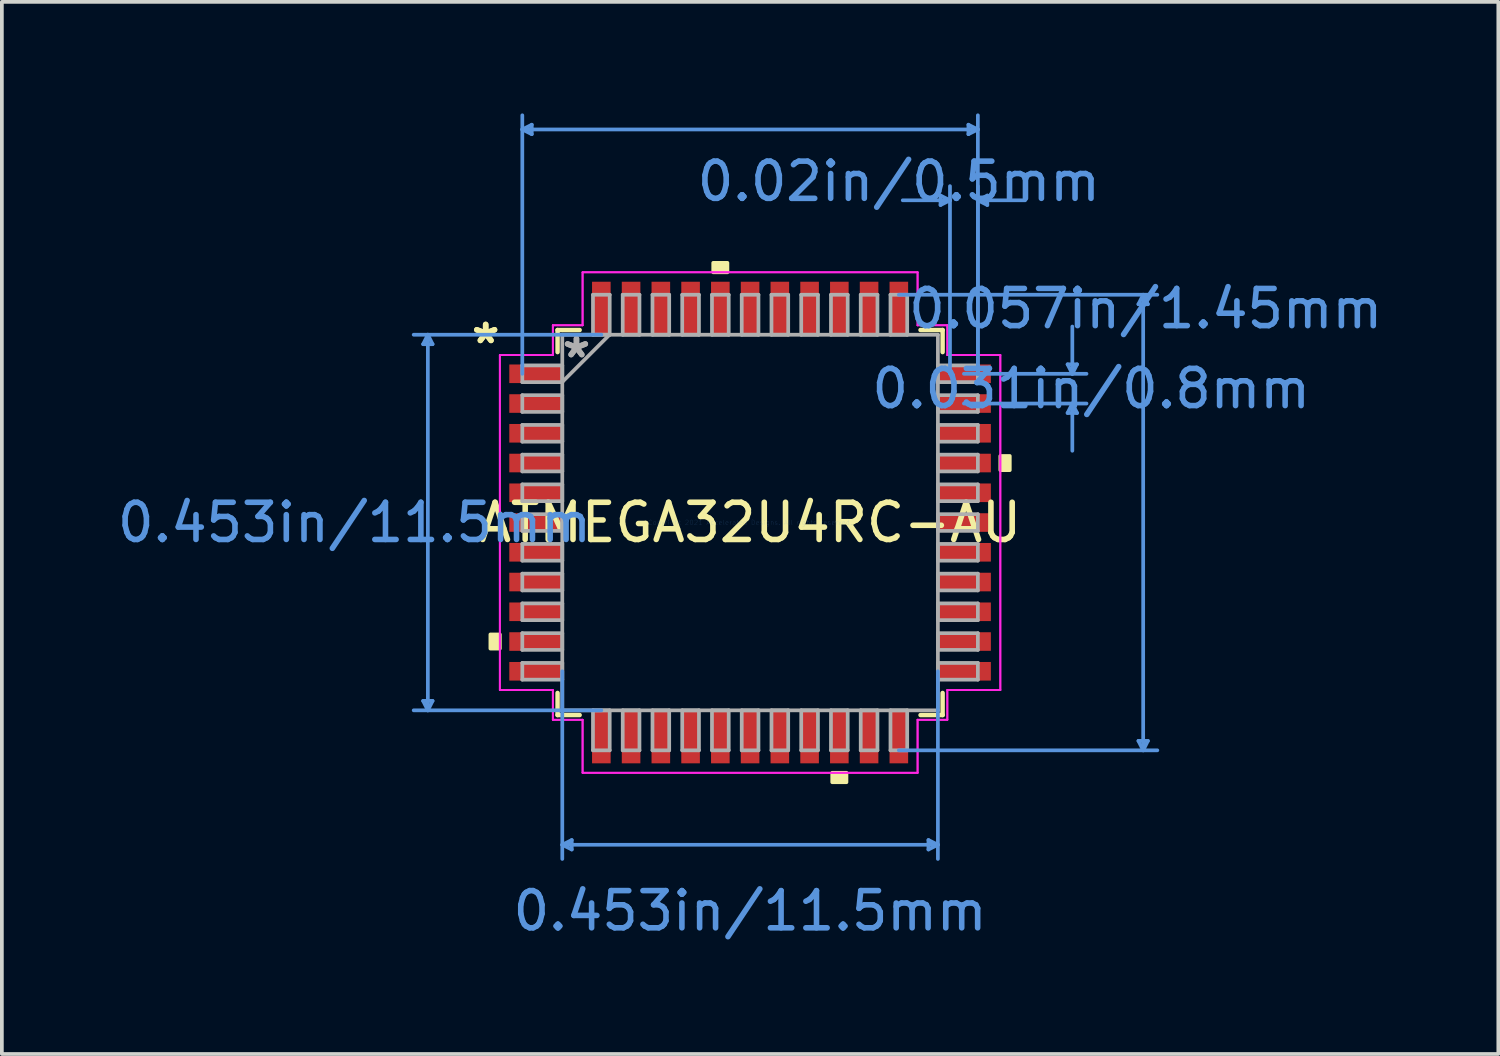
<source format=kicad_pcb>
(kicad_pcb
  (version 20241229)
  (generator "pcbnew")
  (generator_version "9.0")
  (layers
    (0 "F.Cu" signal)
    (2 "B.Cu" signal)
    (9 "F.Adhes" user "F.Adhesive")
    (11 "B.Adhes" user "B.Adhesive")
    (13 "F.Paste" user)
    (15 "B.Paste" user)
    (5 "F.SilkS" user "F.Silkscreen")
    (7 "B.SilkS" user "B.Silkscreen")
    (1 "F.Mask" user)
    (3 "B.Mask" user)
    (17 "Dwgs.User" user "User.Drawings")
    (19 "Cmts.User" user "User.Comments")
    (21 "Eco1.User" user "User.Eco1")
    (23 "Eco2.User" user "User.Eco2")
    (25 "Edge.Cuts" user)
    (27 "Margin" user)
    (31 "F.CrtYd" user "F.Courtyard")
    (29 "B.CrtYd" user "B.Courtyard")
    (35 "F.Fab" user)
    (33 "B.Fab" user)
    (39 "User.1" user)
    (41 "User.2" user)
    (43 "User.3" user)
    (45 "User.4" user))
  (footprint "ATMEGA32U4RC-AU"
    (layer "F.Cu")
    (at 17.12 11.001)
    (property "Reference" "ATMEGA32U4RC-AU" (at 0 0 0) (layer "F.SilkS") (effects (font (size 1 1) (thickness 0.15))))
    (attr through_hole)
    (fp_line (start -5.177 -5.177) (end -5.177 -4.583) (stroke (width 0.12) (type solid)) (layer "F.SilkS"))
    (fp_line (start -5.177 4.583) (end -5.177 5.177) (stroke (width 0.12) (type solid)) (layer "F.SilkS"))
    (fp_line (start -5.177 5.177) (end -4.583 5.177) (stroke (width 0.12) (type solid)) (layer "F.SilkS"))
    (fp_line (start -4.583 -5.177) (end -5.177 -5.177) (stroke (width 0.12) (type solid)) (layer "F.SilkS"))
    (fp_line (start 4.583 5.177) (end 5.177 5.177) (stroke (width 0.12) (type solid)) (layer "F.SilkS"))
    (fp_line (start 5.177 -5.177) (end 4.583 -5.177) (stroke (width 0.12) (type solid)) (layer "F.SilkS"))
    (fp_line (start 5.177 -4.583) (end 5.177 -5.177) (stroke (width 0.12) (type solid)) (layer "F.SilkS"))
    (fp_line (start 5.177 5.177) (end 5.177 4.583) (stroke (width 0.12) (type solid)) (layer "F.SilkS"))
    (fp_poly (pts (xy -6.983 3.009) (xy -6.983 3.39) (xy -6.729 3.39) (xy -6.729 3.009)) (stroke (width 0.1) (type solid)) (fill yes) (layer "F.SilkS"))
    (fp_poly (pts (xy -0.991 -6.729) (xy -0.991 -6.983) (xy -0.61 -6.983) (xy -0.61 -6.729)) (stroke (width 0.1) (type solid)) (fill yes) (layer "F.SilkS"))
    (fp_poly (pts (xy 2.209 6.729) (xy 2.209 6.983) (xy 2.591 6.983) (xy 2.591 6.729)) (stroke (width 0.1) (type solid)) (fill yes) (layer "F.SilkS"))
    (fp_poly (pts (xy 6.983 -1.79) (xy 6.983 -1.409) (xy 6.729 -1.409) (xy 6.729 -1.79)) (stroke (width 0.1) (type solid)) (fill yes) (layer "F.SilkS"))
    (fp_line (start -8.792 -4.796) (end -8.538 -4.796) (stroke (width 0.1) (type solid)) (layer "Cmts.User"))
    (fp_line (start -8.792 4.796) (end -8.538 4.796) (stroke (width 0.1) (type solid)) (layer "Cmts.User"))
    (fp_line (start -8.665 -5.05) (end -8.792 -4.796) (stroke (width 0.1) (type solid)) (layer "Cmts.User"))
    (fp_line (start -8.665 -5.05) (end -8.665 5.05) (stroke (width 0.1) (type solid)) (layer "Cmts.User"))
    (fp_line (start -8.665 -5.05) (end -8.538 -4.796) (stroke (width 0.1) (type solid)) (layer "Cmts.User"))
    (fp_line (start -8.665 5.05) (end -8.792 4.796) (stroke (width 0.1) (type solid)) (layer "Cmts.User"))
    (fp_line (start -8.665 5.05) (end -8.538 4.796) (stroke (width 0.1) (type solid)) (layer "Cmts.User"))
    (fp_line (start -6.125 -10.57) (end -5.871 -10.697) (stroke (width 0.1) (type solid)) (layer "Cmts.User"))
    (fp_line (start -6.125 -10.57) (end -5.871 -10.443) (stroke (width 0.1) (type solid)) (layer "Cmts.User"))
    (fp_line (start -6.125 -10.57) (end 6.125 -10.57) (stroke (width 0.1) (type solid)) (layer "Cmts.User"))
    (fp_line (start -6.125 -4) (end -6.125 -10.951) (stroke (width 0.1) (type solid)) (layer "Cmts.User"))
    (fp_line (start -5.871 -10.697) (end -5.871 -10.443) (stroke (width 0.1) (type solid)) (layer "Cmts.User"))
    (fp_line (start -5.05 4) (end -5.05 9.046) (stroke (width 0.1) (type solid)) (layer "Cmts.User"))
    (fp_line (start -5.05 8.665) (end -4.796 8.538) (stroke (width 0.1) (type solid)) (layer "Cmts.User"))
    (fp_line (start -5.05 8.665) (end -4.796 8.792) (stroke (width 0.1) (type solid)) (layer "Cmts.User"))
    (fp_line (start -5.05 8.665) (end 5.05 8.665) (stroke (width 0.1) (type solid)) (layer "Cmts.User"))
    (fp_line (start -4.796 8.538) (end -4.796 8.792) (stroke (width 0.1) (type solid)) (layer "Cmts.User"))
    (fp_line (start -4 -5.05) (end -9.046 -5.05) (stroke (width 0.1) (type solid)) (layer "Cmts.User"))
    (fp_line (start -4 5.05) (end -9.046 5.05) (stroke (width 0.1) (type solid)) (layer "Cmts.User"))
    (fp_line (start 4 -6.125) (end 10.951 -6.125) (stroke (width 0.1) (type solid)) (layer "Cmts.User"))
    (fp_line (start 4 6.125) (end 10.951 6.125) (stroke (width 0.1) (type solid)) (layer "Cmts.User"))
    (fp_line (start 4.796 8.538) (end 4.796 8.792) (stroke (width 0.1) (type solid)) (layer "Cmts.User"))
    (fp_line (start 5.05 4) (end 5.05 9.046) (stroke (width 0.1) (type solid)) (layer "Cmts.User"))
    (fp_line (start 5.05 8.665) (end 4.796 8.538) (stroke (width 0.1) (type solid)) (layer "Cmts.User"))
    (fp_line (start 5.05 8.665) (end 4.796 8.792) (stroke (width 0.1) (type solid)) (layer "Cmts.User"))
    (fp_line (start 5.121 -8.792) (end 5.121 -8.538) (stroke (width 0.1) (type solid)) (layer "Cmts.User"))
    (fp_line (start 5.375 -8.665) (end 4.105 -8.665) (stroke (width 0.1) (type solid)) (layer "Cmts.User"))
    (fp_line (start 5.375 -8.665) (end 5.121 -8.792) (stroke (width 0.1) (type solid)) (layer "Cmts.User"))
    (fp_line (start 5.375 -8.665) (end 5.121 -8.538) (stroke (width 0.1) (type solid)) (layer "Cmts.User"))
    (fp_line (start 5.375 -4) (end 5.375 -9.046) (stroke (width 0.1) (type solid)) (layer "Cmts.User"))
    (fp_line (start 5.75 -4) (end 9.046 -4) (stroke (width 0.1) (type solid)) (layer "Cmts.User"))
    (fp_line (start 5.75 -3.2) (end 9.046 -3.2) (stroke (width 0.1) (type solid)) (layer "Cmts.User"))
    (fp_line (start 5.871 -10.697) (end 5.871 -10.443) (stroke (width 0.1) (type solid)) (layer "Cmts.User"))
    (fp_line (start 6.125 -10.57) (end 5.871 -10.697) (stroke (width 0.1) (type solid)) (layer "Cmts.User"))
    (fp_line (start 6.125 -10.57) (end 5.871 -10.443) (stroke (width 0.1) (type solid)) (layer "Cmts.User"))
    (fp_line (start 6.125 -8.665) (end 6.379 -8.792) (stroke (width 0.1) (type solid)) (layer "Cmts.User"))
    (fp_line (start 6.125 -8.665) (end 6.379 -8.538) (stroke (width 0.1) (type solid)) (layer "Cmts.User"))
    (fp_line (start 6.125 -8.665) (end 7.395 -8.665) (stroke (width 0.1) (type solid)) (layer "Cmts.User"))
    (fp_line (start 6.125 -4) (end 6.125 -10.951) (stroke (width 0.1) (type solid)) (layer "Cmts.User"))
    (fp_line (start 6.125 -4) (end 6.125 -9.046) (stroke (width 0.1) (type solid)) (layer "Cmts.User"))
    (fp_line (start 6.379 -8.792) (end 6.379 -8.538) (stroke (width 0.1) (type solid)) (layer "Cmts.User"))
    (fp_line (start 8.538 -4.254) (end 8.792 -4.254) (stroke (width 0.1) (type solid)) (layer "Cmts.User"))
    (fp_line (start 8.538 -2.946) (end 8.792 -2.946) (stroke (width 0.1) (type solid)) (layer "Cmts.User"))
    (fp_line (start 8.665 -4) (end 8.538 -4.254) (stroke (width 0.1) (type solid)) (layer "Cmts.User"))
    (fp_line (start 8.665 -4) (end 8.665 -5.27) (stroke (width 0.1) (type solid)) (layer "Cmts.User"))
    (fp_line (start 8.665 -4) (end 8.792 -4.254) (stroke (width 0.1) (type solid)) (layer "Cmts.User"))
    (fp_line (start 8.665 -3.2) (end 8.538 -2.946) (stroke (width 0.1) (type solid)) (layer "Cmts.User"))
    (fp_line (start 8.665 -3.2) (end 8.665 -1.93) (stroke (width 0.1) (type solid)) (layer "Cmts.User"))
    (fp_line (start 8.665 -3.2) (end 8.792 -2.946) (stroke (width 0.1) (type solid)) (layer "Cmts.User"))
    (fp_line (start 10.443 -5.871) (end 10.697 -5.871) (stroke (width 0.1) (type solid)) (layer "Cmts.User"))
    (fp_line (start 10.443 5.871) (end 10.697 5.871) (stroke (width 0.1) (type solid)) (layer "Cmts.User"))
    (fp_line (start 10.57 -6.125) (end 10.443 -5.871) (stroke (width 0.1) (type solid)) (layer "Cmts.User"))
    (fp_line (start 10.57 -6.125) (end 10.57 6.125) (stroke (width 0.1) (type solid)) (layer "Cmts.User"))
    (fp_line (start 10.57 -6.125) (end 10.697 -5.871) (stroke (width 0.1) (type solid)) (layer "Cmts.User"))
    (fp_line (start 10.57 6.125) (end 10.443 5.871) (stroke (width 0.1) (type solid)) (layer "Cmts.User"))
    (fp_line (start 10.57 6.125) (end 10.697 5.871) (stroke (width 0.1) (type solid)) (layer "Cmts.User"))
    (fp_line (start -6.729 -4.504) (end -5.304 -4.504) (stroke (width 0.05) (type solid)) (layer "F.CrtYd"))
    (fp_line (start -6.729 -4.504) (end -5.304 -4.504) (stroke (width 0.05) (type solid)) (layer "F.CrtYd"))
    (fp_line (start -6.729 4.504) (end -6.729 -4.504) (stroke (width 0.05) (type solid)) (layer "F.CrtYd"))
    (fp_line (start -6.729 4.504) (end -6.729 -4.504) (stroke (width 0.05) (type solid)) (layer "F.CrtYd"))
    (fp_line (start -5.304 -5.304) (end -4.504 -5.304) (stroke (width 0.05) (type solid)) (layer "F.CrtYd"))
    (fp_line (start -5.304 -5.304) (end -4.504 -5.304) (stroke (width 0.05) (type solid)) (layer "F.CrtYd"))
    (fp_line (start -5.304 -4.504) (end -5.304 -5.304) (stroke (width 0.05) (type solid)) (layer "F.CrtYd"))
    (fp_line (start -5.304 -4.504) (end -5.304 -5.304) (stroke (width 0.05) (type solid)) (layer "F.CrtYd"))
    (fp_line (start -5.304 4.504) (end -6.729 4.504) (stroke (width 0.05) (type solid)) (layer "F.CrtYd"))
    (fp_line (start -5.304 4.504) (end -6.729 4.504) (stroke (width 0.05) (type solid)) (layer "F.CrtYd"))
    (fp_line (start -5.304 5.304) (end -5.304 4.504) (stroke (width 0.05) (type solid)) (layer "F.CrtYd"))
    (fp_line (start -5.304 5.304) (end -5.304 4.504) (stroke (width 0.05) (type solid)) (layer "F.CrtYd"))
    (fp_line (start -5.304 5.304) (end -4.504 5.304) (stroke (width 0.05) (type solid)) (layer "F.CrtYd"))
    (fp_line (start -4.504 -6.729) (end 4.504 -6.729) (stroke (width 0.05) (type solid)) (layer "F.CrtYd"))
    (fp_line (start -4.504 -6.729) (end 4.504 -6.729) (stroke (width 0.05) (type solid)) (layer "F.CrtYd"))
    (fp_line (start -4.504 -5.304) (end -4.504 -6.729) (stroke (width 0.05) (type solid)) (layer "F.CrtYd"))
    (fp_line (start -4.504 -5.304) (end -4.504 -6.729) (stroke (width 0.05) (type solid)) (layer "F.CrtYd"))
    (fp_line (start -4.504 5.304) (end -5.304 5.304) (stroke (width 0.05) (type solid)) (layer "F.CrtYd"))
    (fp_line (start -4.504 5.304) (end -4.504 6.729) (stroke (width 0.05) (type solid)) (layer "F.CrtYd"))
    (fp_line (start -4.504 6.729) (end -4.504 5.304) (stroke (width 0.05) (type solid)) (layer "F.CrtYd"))
    (fp_line (start -4.504 6.729) (end 4.504 6.729) (stroke (width 0.05) (type solid)) (layer "F.CrtYd"))
    (fp_line (start 4.504 -6.729) (end 4.504 -5.304) (stroke (width 0.05) (type solid)) (layer "F.CrtYd"))
    (fp_line (start 4.504 -6.729) (end 4.504 -5.304) (stroke (width 0.05) (type solid)) (layer "F.CrtYd"))
    (fp_line (start 4.504 -5.304) (end 5.304 -5.304) (stroke (width 0.05) (type solid)) (layer "F.CrtYd"))
    (fp_line (start 4.504 -5.304) (end 5.304 -5.304) (stroke (width 0.05) (type solid)) (layer "F.CrtYd"))
    (fp_line (start 4.504 5.304) (end 4.504 6.729) (stroke (width 0.05) (type solid)) (layer "F.CrtYd"))
    (fp_line (start 4.504 5.304) (end 5.304 5.304) (stroke (width 0.05) (type solid)) (layer "F.CrtYd"))
    (fp_line (start 4.504 6.729) (end -4.504 6.729) (stroke (width 0.05) (type solid)) (layer "F.CrtYd"))
    (fp_line (start 4.504 6.729) (end 4.504 5.304) (stroke (width 0.05) (type solid)) (layer "F.CrtYd"))
    (fp_line (start 5.304 -5.304) (end 5.304 -4.504) (stroke (width 0.05) (type solid)) (layer "F.CrtYd"))
    (fp_line (start 5.304 -4.504) (end 5.304 -5.304) (stroke (width 0.05) (type solid)) (layer "F.CrtYd"))
    (fp_line (start 5.304 -4.504) (end 6.729 -4.504) (stroke (width 0.05) (type solid)) (layer "F.CrtYd"))
    (fp_line (start 5.304 4.504) (end 5.304 5.304) (stroke (width 0.05) (type solid)) (layer "F.CrtYd"))
    (fp_line (start 5.304 4.504) (end 6.729 4.504) (stroke (width 0.05) (type solid)) (layer "F.CrtYd"))
    (fp_line (start 5.304 5.304) (end 4.504 5.304) (stroke (width 0.05) (type solid)) (layer "F.CrtYd"))
    (fp_line (start 5.304 5.304) (end 5.304 4.504) (stroke (width 0.05) (type solid)) (layer "F.CrtYd"))
    (fp_line (start 6.729 -4.504) (end 5.304 -4.504) (stroke (width 0.05) (type solid)) (layer "F.CrtYd"))
    (fp_line (start 6.729 -4.504) (end 6.729 4.504) (stroke (width 0.05) (type solid)) (layer "F.CrtYd"))
    (fp_line (start 6.729 4.504) (end 5.304 4.504) (stroke (width 0.05) (type solid)) (layer "F.CrtYd"))
    (fp_line (start 6.729 4.504) (end 6.729 -4.504) (stroke (width 0.05) (type solid)) (layer "F.CrtYd"))
    (fp_line (start -6.125 -4.225) (end -6.125 -3.775) (stroke (width 0.1) (type solid)) (layer "F.Fab"))
    (fp_line (start -6.125 -3.775) (end -5.05 -3.775) (stroke (width 0.1) (type solid)) (layer "F.Fab"))
    (fp_line (start -6.125 -3.425) (end -6.125 -2.975) (stroke (width 0.1) (type solid)) (layer "F.Fab"))
    (fp_line (start -6.125 -2.975) (end -5.05 -2.975) (stroke (width 0.1) (type solid)) (layer "F.Fab"))
    (fp_line (start -6.125 -2.625) (end -6.125 -2.175) (stroke (width 0.1) (type solid)) (layer "F.Fab"))
    (fp_line (start -6.125 -2.175) (end -5.05 -2.175) (stroke (width 0.1) (type solid)) (layer "F.Fab"))
    (fp_line (start -6.125 -1.825) (end -6.125 -1.375) (stroke (width 0.1) (type solid)) (layer "F.Fab"))
    (fp_line (start -6.125 -1.375) (end -5.05 -1.375) (stroke (width 0.1) (type solid)) (layer "F.Fab"))
    (fp_line (start -6.125 -1.025) (end -6.125 -0.575) (stroke (width 0.1) (type solid)) (layer "F.Fab"))
    (fp_line (start -6.125 -0.575) (end -5.05 -0.575) (stroke (width 0.1) (type solid)) (layer "F.Fab"))
    (fp_line (start -6.125 -0.225) (end -6.125 0.225) (stroke (width 0.1) (type solid)) (layer "F.Fab"))
    (fp_line (start -6.125 0.225) (end -5.05 0.225) (stroke (width 0.1) (type solid)) (layer "F.Fab"))
    (fp_line (start -6.125 0.575) (end -6.125 1.025) (stroke (width 0.1) (type solid)) (layer "F.Fab"))
    (fp_line (start -6.125 1.025) (end -5.05 1.025) (stroke (width 0.1) (type solid)) (layer "F.Fab"))
    (fp_line (start -6.125 1.375) (end -6.125 1.825) (stroke (width 0.1) (type solid)) (layer "F.Fab"))
    (fp_line (start -6.125 1.825) (end -5.05 1.825) (stroke (width 0.1) (type solid)) (layer "F.Fab"))
    (fp_line (start -6.125 2.175) (end -6.125 2.625) (stroke (width 0.1) (type solid)) (layer "F.Fab"))
    (fp_line (start -6.125 2.625) (end -5.05 2.625) (stroke (width 0.1) (type solid)) (layer "F.Fab"))
    (fp_line (start -6.125 2.975) (end -6.125 3.425) (stroke (width 0.1) (type solid)) (layer "F.Fab"))
    (fp_line (start -6.125 3.425) (end -5.05 3.425) (stroke (width 0.1) (type solid)) (layer "F.Fab"))
    (fp_line (start -6.125 3.775) (end -6.125 4.225) (stroke (width 0.1) (type solid)) (layer "F.Fab"))
    (fp_line (start -6.125 4.225) (end -5.05 4.225) (stroke (width 0.1) (type solid)) (layer "F.Fab"))
    (fp_line (start -5.05 -5.05) (end -5.05 5.05) (stroke (width 0.1) (type solid)) (layer "F.Fab"))
    (fp_line (start -5.05 -4.225) (end -6.125 -4.225) (stroke (width 0.1) (type solid)) (layer "F.Fab"))
    (fp_line (start -5.05 -3.78) (end -3.78 -5.05) (stroke (width 0.1) (type solid)) (layer "F.Fab"))
    (fp_line (start -5.05 -3.775) (end -5.05 -4.225) (stroke (width 0.1) (type solid)) (layer "F.Fab"))
    (fp_line (start -5.05 -3.425) (end -6.125 -3.425) (stroke (width 0.1) (type solid)) (layer "F.Fab"))
    (fp_line (start -5.05 -2.975) (end -5.05 -3.425) (stroke (width 0.1) (type solid)) (layer "F.Fab"))
    (fp_line (start -5.05 -2.625) (end -6.125 -2.625) (stroke (width 0.1) (type solid)) (layer "F.Fab"))
    (fp_line (start -5.05 -2.175) (end -5.05 -2.625) (stroke (width 0.1) (type solid)) (layer "F.Fab"))
    (fp_line (start -5.05 -1.825) (end -6.125 -1.825) (stroke (width 0.1) (type solid)) (layer "F.Fab"))
    (fp_line (start -5.05 -1.375) (end -5.05 -1.825) (stroke (width 0.1) (type solid)) (layer "F.Fab"))
    (fp_line (start -5.05 -1.025) (end -6.125 -1.025) (stroke (width 0.1) (type solid)) (layer "F.Fab"))
    (fp_line (start -5.05 -0.575) (end -5.05 -1.025) (stroke (width 0.1) (type solid)) (layer "F.Fab"))
    (fp_line (start -5.05 -0.225) (end -6.125 -0.225) (stroke (width 0.1) (type solid)) (layer "F.Fab"))
    (fp_line (start -5.05 0.225) (end -5.05 -0.225) (stroke (width 0.1) (type solid)) (layer "F.Fab"))
    (fp_line (start -5.05 0.575) (end -6.125 0.575) (stroke (width 0.1) (type solid)) (layer "F.Fab"))
    (fp_line (start -5.05 1.025) (end -5.05 0.575) (stroke (width 0.1) (type solid)) (layer "F.Fab"))
    (fp_line (start -5.05 1.375) (end -6.125 1.375) (stroke (width 0.1) (type solid)) (layer "F.Fab"))
    (fp_line (start -5.05 1.825) (end -5.05 1.375) (stroke (width 0.1) (type solid)) (layer "F.Fab"))
    (fp_line (start -5.05 2.175) (end -6.125 2.175) (stroke (width 0.1) (type solid)) (layer "F.Fab"))
    (fp_line (start -5.05 2.625) (end -5.05 2.175) (stroke (width 0.1) (type solid)) (layer "F.Fab"))
    (fp_line (start -5.05 2.975) (end -6.125 2.975) (stroke (width 0.1) (type solid)) (layer "F.Fab"))
    (fp_line (start -5.05 3.425) (end -5.05 2.975) (stroke (width 0.1) (type solid)) (layer "F.Fab"))
    (fp_line (start -5.05 3.775) (end -6.125 3.775) (stroke (width 0.1) (type solid)) (layer "F.Fab"))
    (fp_line (start -5.05 4.225) (end -5.05 3.775) (stroke (width 0.1) (type solid)) (layer "F.Fab"))
    (fp_line (start -5.05 5.05) (end 5.05 5.05) (stroke (width 0.1) (type solid)) (layer "F.Fab"))
    (fp_line (start -4.225 5.05) (end -4.225 6.125) (stroke (width 0.1) (type solid)) (layer "F.Fab"))
    (fp_line (start -4.225 6.125) (end -3.775 6.125) (stroke (width 0.1) (type solid)) (layer "F.Fab"))
    (fp_line (start -4.225 -6.125) (end -4.225 -5.05) (stroke (width 0.1) (type solid)) (layer "F.Fab"))
    (fp_line (start -4.225 -5.05) (end -3.775 -5.05) (stroke (width 0.1) (type solid)) (layer "F.Fab"))
    (fp_line (start -3.775 5.05) (end -4.225 5.05) (stroke (width 0.1) (type solid)) (layer "F.Fab"))
    (fp_line (start -3.775 6.125) (end -3.775 5.05) (stroke (width 0.1) (type solid)) (layer "F.Fab"))
    (fp_line (start -3.775 -6.125) (end -4.225 -6.125) (stroke (width 0.1) (type solid)) (layer "F.Fab"))
    (fp_line (start -3.775 -5.05) (end -3.775 -6.125) (stroke (width 0.1) (type solid)) (layer "F.Fab"))
    (fp_line (start -3.425 -6.125) (end -3.425 -5.05) (stroke (width 0.1) (type solid)) (layer "F.Fab"))
    (fp_line (start -3.425 -5.05) (end -2.975 -5.05) (stroke (width 0.1) (type solid)) (layer "F.Fab"))
    (fp_line (start -3.425 5.05) (end -3.425 6.125) (stroke (width 0.1) (type solid)) (layer "F.Fab"))
    (fp_line (start -3.425 6.125) (end -2.975 6.125) (stroke (width 0.1) (type solid)) (layer "F.Fab"))
    (fp_line (start -2.975 5.05) (end -3.425 5.05) (stroke (width 0.1) (type solid)) (layer "F.Fab"))
    (fp_line (start -2.975 6.125) (end -2.975 5.05) (stroke (width 0.1) (type solid)) (layer "F.Fab"))
    (fp_line (start -2.975 -6.125) (end -3.425 -6.125) (stroke (width 0.1) (type solid)) (layer "F.Fab"))
    (fp_line (start -2.975 -5.05) (end -2.975 -6.125) (stroke (width 0.1) (type solid)) (layer "F.Fab"))
    (fp_line (start -2.625 -6.125) (end -2.625 -5.05) (stroke (width 0.1) (type solid)) (layer "F.Fab"))
    (fp_line (start -2.625 -5.05) (end -2.175 -5.05) (stroke (width 0.1) (type solid)) (layer "F.Fab"))
    (fp_line (start -2.625 5.05) (end -2.625 6.125) (stroke (width 0.1) (type solid)) (layer "F.Fab"))
    (fp_line (start -2.625 6.125) (end -2.175 6.125) (stroke (width 0.1) (type solid)) (layer "F.Fab"))
    (fp_line (start -2.175 -6.125) (end -2.625 -6.125) (stroke (width 0.1) (type solid)) (layer "F.Fab"))
    (fp_line (start -2.175 -5.05) (end -2.175 -6.125) (stroke (width 0.1) (type solid)) (layer "F.Fab"))
    (fp_line (start -2.175 5.05) (end -2.625 5.05) (stroke (width 0.1) (type solid)) (layer "F.Fab"))
    (fp_line (start -2.175 6.125) (end -2.175 5.05) (stroke (width 0.1) (type solid)) (layer "F.Fab"))
    (fp_line (start -1.825 -6.125) (end -1.825 -5.05) (stroke (width 0.1) (type solid)) (layer "F.Fab"))
    (fp_line (start -1.825 -5.05) (end -1.375 -5.05) (stroke (width 0.1) (type solid)) (layer "F.Fab"))
    (fp_line (start -1.825 5.05) (end -1.825 6.125) (stroke (width 0.1) (type solid)) (layer "F.Fab"))
    (fp_line (start -1.825 6.125) (end -1.375 6.125) (stroke (width 0.1) (type solid)) (layer "F.Fab"))
    (fp_line (start -1.375 -6.125) (end -1.825 -6.125) (stroke (width 0.1) (type solid)) (layer "F.Fab"))
    (fp_line (start -1.375 -5.05) (end -1.375 -6.125) (stroke (width 0.1) (type solid)) (layer "F.Fab"))
    (fp_line (start -1.375 5.05) (end -1.825 5.05) (stroke (width 0.1) (type solid)) (layer "F.Fab"))
    (fp_line (start -1.375 6.125) (end -1.375 5.05) (stroke (width 0.1) (type solid)) (layer "F.Fab"))
    (fp_line (start -1.025 -6.125) (end -1.025 -5.05) (stroke (width 0.1) (type solid)) (layer "F.Fab"))
    (fp_line (start -1.025 -5.05) (end -0.575 -5.05) (stroke (width 0.1) (type solid)) (layer "F.Fab"))
    (fp_line (start -1.025 5.05) (end -1.025 6.125) (stroke (width 0.1) (type solid)) (layer "F.Fab"))
    (fp_line (start -1.025 6.125) (end -0.575 6.125) (stroke (width 0.1) (type solid)) (layer "F.Fab"))
    (fp_line (start -0.575 -6.125) (end -1.025 -6.125) (stroke (width 0.1) (type solid)) (layer "F.Fab"))
    (fp_line (start -0.575 -5.05) (end -0.575 -6.125) (stroke (width 0.1) (type solid)) (layer "F.Fab"))
    (fp_line (start -0.575 5.05) (end -1.025 5.05) (stroke (width 0.1) (type solid)) (layer "F.Fab"))
    (fp_line (start -0.575 6.125) (end -0.575 5.05) (stroke (width 0.1) (type solid)) (layer "F.Fab"))
    (fp_line (start -0.225 -6.125) (end -0.225 -5.05) (stroke (width 0.1) (type solid)) (layer "F.Fab"))
    (fp_line (start -0.225 -5.05) (end 0.225 -5.05) (stroke (width 0.1) (type solid)) (layer "F.Fab"))
    (fp_line (start -0.225 5.05) (end -0.225 6.125) (stroke (width 0.1) (type solid)) (layer "F.Fab"))
    (fp_line (start -0.225 6.125) (end 0.225 6.125) (stroke (width 0.1) (type solid)) (layer "F.Fab"))
    (fp_line (start 0.225 -6.125) (end -0.225 -6.125) (stroke (width 0.1) (type solid)) (layer "F.Fab"))
    (fp_line (start 0.225 -5.05) (end 0.225 -6.125) (stroke (width 0.1) (type solid)) (layer "F.Fab"))
    (fp_line (start 0.225 5.05) (end -0.225 5.05) (stroke (width 0.1) (type solid)) (layer "F.Fab"))
    (fp_line (start 0.225 6.125) (end 0.225 5.05) (stroke (width 0.1) (type solid)) (layer "F.Fab"))
    (fp_line (start 0.575 -6.125) (end 0.575 -5.05) (stroke (width 0.1) (type solid)) (layer "F.Fab"))
    (fp_line (start 0.575 -5.05) (end 1.025 -5.05) (stroke (width 0.1) (type solid)) (layer "F.Fab"))
    (fp_line (start 0.575 5.05) (end 0.575 6.125) (stroke (width 0.1) (type solid)) (layer "F.Fab"))
    (fp_line (start 0.575 6.125) (end 1.025 6.125) (stroke (width 0.1) (type solid)) (layer "F.Fab"))
    (fp_line (start 1.025 -6.125) (end 0.575 -6.125) (stroke (width 0.1) (type solid)) (layer "F.Fab"))
    (fp_line (start 1.025 -5.05) (end 1.025 -6.125) (stroke (width 0.1) (type solid)) (layer "F.Fab"))
    (fp_line (start 1.025 5.05) (end 0.575 5.05) (stroke (width 0.1) (type solid)) (layer "F.Fab"))
    (fp_line (start 1.025 6.125) (end 1.025 5.05) (stroke (width 0.1) (type solid)) (layer "F.Fab"))
    (fp_line (start 1.375 -6.125) (end 1.375 -5.05) (stroke (width 0.1) (type solid)) (layer "F.Fab"))
    (fp_line (start 1.375 -5.05) (end 1.825 -5.05) (stroke (width 0.1) (type solid)) (layer "F.Fab"))
    (fp_line (start 1.375 5.05) (end 1.375 6.125) (stroke (width 0.1) (type solid)) (layer "F.Fab"))
    (fp_line (start 1.375 6.125) (end 1.825 6.125) (stroke (width 0.1) (type solid)) (layer "F.Fab"))
    (fp_line (start 1.825 -6.125) (end 1.375 -6.125) (stroke (width 0.1) (type solid)) (layer "F.Fab"))
    (fp_line (start 1.825 -5.05) (end 1.825 -6.125) (stroke (width 0.1) (type solid)) (layer "F.Fab"))
    (fp_line (start 1.825 5.05) (end 1.375 5.05) (stroke (width 0.1) (type solid)) (layer "F.Fab"))
    (fp_line (start 1.825 6.125) (end 1.825 5.05) (stroke (width 0.1) (type solid)) (layer "F.Fab"))
    (fp_line (start 2.175 -6.125) (end 2.175 -5.05) (stroke (width 0.1) (type solid)) (layer "F.Fab"))
    (fp_line (start 2.175 -5.05) (end 2.625 -5.05) (stroke (width 0.1) (type solid)) (layer "F.Fab"))
    (fp_line (start 2.175 5.05) (end 2.175 6.125) (stroke (width 0.1) (type solid)) (layer "F.Fab"))
    (fp_line (start 2.175 6.125) (end 2.625 6.125) (stroke (width 0.1) (type solid)) (layer "F.Fab"))
    (fp_line (start 2.625 -6.125) (end 2.175 -6.125) (stroke (width 0.1) (type solid)) (layer "F.Fab"))
    (fp_line (start 2.625 -5.05) (end 2.625 -6.125) (stroke (width 0.1) (type solid)) (layer "F.Fab"))
    (fp_line (start 2.625 5.05) (end 2.175 5.05) (stroke (width 0.1) (type solid)) (layer "F.Fab"))
    (fp_line (start 2.625 6.125) (end 2.625 5.05) (stroke (width 0.1) (type solid)) (layer "F.Fab"))
    (fp_line (start 2.975 5.05) (end 2.975 6.125) (stroke (width 0.1) (type solid)) (layer "F.Fab"))
    (fp_line (start 2.975 6.125) (end 3.425 6.125) (stroke (width 0.1) (type solid)) (layer "F.Fab"))
    (fp_line (start 2.975 -6.125) (end 2.975 -5.05) (stroke (width 0.1) (type solid)) (layer "F.Fab"))
    (fp_line (start 2.975 -5.05) (end 3.425 -5.05) (stroke (width 0.1) (type solid)) (layer "F.Fab"))
    (fp_line (start 3.425 -6.125) (end 2.975 -6.125) (stroke (width 0.1) (type solid)) (layer "F.Fab"))
    (fp_line (start 3.425 -5.05) (end 3.425 -6.125) (stroke (width 0.1) (type solid)) (layer "F.Fab"))
    (fp_line (start 3.425 5.05) (end 2.975 5.05) (stroke (width 0.1) (type solid)) (layer "F.Fab"))
    (fp_line (start 3.425 6.125) (end 3.425 5.05) (stroke (width 0.1) (type solid)) (layer "F.Fab"))
    (fp_line (start 3.775 5.05) (end 3.775 6.125) (stroke (width 0.1) (type solid)) (layer "F.Fab"))
    (fp_line (start 3.775 6.125) (end 4.225 6.125) (stroke (width 0.1) (type solid)) (layer "F.Fab"))
    (fp_line (start 3.775 -6.125) (end 3.775 -5.05) (stroke (width 0.1) (type solid)) (layer "F.Fab"))
    (fp_line (start 3.775 -5.05) (end 4.225 -5.05) (stroke (width 0.1) (type solid)) (layer "F.Fab"))
    (fp_line (start 4.225 5.05) (end 3.775 5.05) (stroke (width 0.1) (type solid)) (layer "F.Fab"))
    (fp_line (start 4.225 6.125) (end 4.225 5.05) (stroke (width 0.1) (type solid)) (layer "F.Fab"))
    (fp_line (start 4.225 -6.125) (end 3.775 -6.125) (stroke (width 0.1) (type solid)) (layer "F.Fab"))
    (fp_line (start 4.225 -5.05) (end 4.225 -6.125) (stroke (width 0.1) (type solid)) (layer "F.Fab"))
    (fp_line (start 5.05 -5.05) (end -5.05 -5.05) (stroke (width 0.1) (type solid)) (layer "F.Fab"))
    (fp_line (start 5.05 -4.225) (end 5.05 -3.775) (stroke (width 0.1) (type solid)) (layer "F.Fab"))
    (fp_line (start 5.05 -3.775) (end 6.125 -3.775) (stroke (width 0.1) (type solid)) (layer "F.Fab"))
    (fp_line (start 5.05 -3.425) (end 5.05 -2.975) (stroke (width 0.1) (type solid)) (layer "F.Fab"))
    (fp_line (start 5.05 -2.975) (end 6.125 -2.975) (stroke (width 0.1) (type solid)) (layer "F.Fab"))
    (fp_line (start 5.05 -2.625) (end 5.05 -2.175) (stroke (width 0.1) (type solid)) (layer "F.Fab"))
    (fp_line (start 5.05 -2.175) (end 6.125 -2.175) (stroke (width 0.1) (type solid)) (layer "F.Fab"))
    (fp_line (start 5.05 -1.825) (end 5.05 -1.375) (stroke (width 0.1) (type solid)) (layer "F.Fab"))
    (fp_line (start 5.05 -1.375) (end 6.125 -1.375) (stroke (width 0.1) (type solid)) (layer "F.Fab"))
    (fp_line (start 5.05 -1.025) (end 5.05 -0.575) (stroke (width 0.1) (type solid)) (layer "F.Fab"))
    (fp_line (start 5.05 -0.575) (end 6.125 -0.575) (stroke (width 0.1) (type solid)) (layer "F.Fab"))
    (fp_line (start 5.05 -0.225) (end 5.05 0.225) (stroke (width 0.1) (type solid)) (layer "F.Fab"))
    (fp_line (start 5.05 0.225) (end 6.125 0.225) (stroke (width 0.1) (type solid)) (layer "F.Fab"))
    (fp_line (start 5.05 0.575) (end 5.05 1.025) (stroke (width 0.1) (type solid)) (layer "F.Fab"))
    (fp_line (start 5.05 1.025) (end 6.125 1.025) (stroke (width 0.1) (type solid)) (layer "F.Fab"))
    (fp_line (start 5.05 1.375) (end 5.05 1.825) (stroke (width 0.1) (type solid)) (layer "F.Fab"))
    (fp_line (start 5.05 1.825) (end 6.125 1.825) (stroke (width 0.1) (type solid)) (layer "F.Fab"))
    (fp_line (start 5.05 2.175) (end 5.05 2.625) (stroke (width 0.1) (type solid)) (layer "F.Fab"))
    (fp_line (start 5.05 2.625) (end 6.125 2.625) (stroke (width 0.1) (type solid)) (layer "F.Fab"))
    (fp_line (start 5.05 2.975) (end 5.05 3.425) (stroke (width 0.1) (type solid)) (layer "F.Fab"))
    (fp_line (start 5.05 3.425) (end 6.125 3.425) (stroke (width 0.1) (type solid)) (layer "F.Fab"))
    (fp_line (start 5.05 3.775) (end 5.05 4.225) (stroke (width 0.1) (type solid)) (layer "F.Fab"))
    (fp_line (start 5.05 4.225) (end 6.125 4.225) (stroke (width 0.1) (type solid)) (layer "F.Fab"))
    (fp_line (start 5.05 5.05) (end 5.05 -5.05) (stroke (width 0.1) (type solid)) (layer "F.Fab"))
    (fp_line (start 6.125 -4.225) (end 5.05 -4.225) (stroke (width 0.1) (type solid)) (layer "F.Fab"))
    (fp_line (start 6.125 -3.775) (end 6.125 -4.225) (stroke (width 0.1) (type solid)) (layer "F.Fab"))
    (fp_line (start 6.125 -3.425) (end 5.05 -3.425) (stroke (width 0.1) (type solid)) (layer "F.Fab"))
    (fp_line (start 6.125 -2.975) (end 6.125 -3.425) (stroke (width 0.1) (type solid)) (layer "F.Fab"))
    (fp_line (start 6.125 -2.625) (end 5.05 -2.625) (stroke (width 0.1) (type solid)) (layer "F.Fab"))
    (fp_line (start 6.125 -2.175) (end 6.125 -2.625) (stroke (width 0.1) (type solid)) (layer "F.Fab"))
    (fp_line (start 6.125 -1.825) (end 5.05 -1.825) (stroke (width 0.1) (type solid)) (layer "F.Fab"))
    (fp_line (start 6.125 -1.375) (end 6.125 -1.825) (stroke (width 0.1) (type solid)) (layer "F.Fab"))
    (fp_line (start 6.125 -1.025) (end 5.05 -1.025) (stroke (width 0.1) (type solid)) (layer "F.Fab"))
    (fp_line (start 6.125 -0.575) (end 6.125 -1.025) (stroke (width 0.1) (type solid)) (layer "F.Fab"))
    (fp_line (start 6.125 -0.225) (end 5.05 -0.225) (stroke (width 0.1) (type solid)) (layer "F.Fab"))
    (fp_line (start 6.125 0.225) (end 6.125 -0.225) (stroke (width 0.1) (type solid)) (layer "F.Fab"))
    (fp_line (start 6.125 0.575) (end 5.05 0.575) (stroke (width 0.1) (type solid)) (layer "F.Fab"))
    (fp_line (start 6.125 1.025) (end 6.125 0.575) (stroke (width 0.1) (type solid)) (layer "F.Fab"))
    (fp_line (start 6.125 1.375) (end 5.05 1.375) (stroke (width 0.1) (type solid)) (layer "F.Fab"))
    (fp_line (start 6.125 1.825) (end 6.125 1.375) (stroke (width 0.1) (type solid)) (layer "F.Fab"))
    (fp_line (start 6.125 2.175) (end 5.05 2.175) (stroke (width 0.1) (type solid)) (layer "F.Fab"))
    (fp_line (start 6.125 2.625) (end 6.125 2.175) (stroke (width 0.1) (type solid)) (layer "F.Fab"))
    (fp_line (start 6.125 2.975) (end 5.05 2.975) (stroke (width 0.1) (type solid)) (layer "F.Fab"))
    (fp_line (start 6.125 3.425) (end 6.125 2.975) (stroke (width 0.1) (type solid)) (layer "F.Fab"))
    (fp_line (start 6.125 3.775) (end 5.05 3.775) (stroke (width 0.1) (type solid)) (layer "F.Fab"))
    (fp_line (start 6.125 4.225) (end 6.125 3.775) (stroke (width 0.1) (type solid)) (layer "F.Fab"))
    (fp_text user "*" (at -7.11 -4.781 0) (layer "F.SilkS") (effects (font (size 1 1) (thickness 0.15))))
    (fp_text user "*" (at -7.11 -4.781 0) (layer "F.SilkS") (effects (font (size 1 1) (thickness 0.15))))
    (fp_text user "0.453in/11.5mm" (at 0 10.443 0) (layer "Cmts.User") (effects (font (size 1 1) (thickness 0.15))))
    (fp_text user "0.057in/1.45mm" (at 10.638 -5.75 0) (layer "Cmts.User") (effects (font (size 1 1) (thickness 0.15))))
    (fp_text user "Copyright 2021 Accelerated Designs. All rights reserved." (at 0 0 0) (layer "Cmts.User") (effects (font (size 0.127 0.127) (thickness 0.002))))
    (fp_text user "0.02in/0.5mm" (at 4 -9.173 0) (layer "Cmts.User") (effects (font (size 1 1) (thickness 0.15))))
    (fp_text user "0.453in/11.5mm" (at -10.638 0 0) (layer "Cmts.User") (effects (font (size 1 1) (thickness 0.15))))
    (fp_text user "0.031in/0.8mm" (at 9.173 -3.6 0) (layer "Cmts.User") (effects (font (size 1 1) (thickness 0.15))))
    (fp_text user "*" (at -4.669 -4.4 0) (layer "F.Fab") (effects (font (size 1 1) (thickness 0.15))))
    (fp_text user "*" (at -4.669 -4.4 0) (layer "F.Fab") (effects (font (size 1 1) (thickness 0.15))))
    (pad "1" smd rect (at -5.75 -4 90) (size 0.5 1.45) (layers "F.Cu" "F.Mask" "F.Paste"))
    (pad "2" smd rect (at -5.75 -3.2 90) (size 0.5 1.45) (layers "F.Cu" "F.Mask" "F.Paste"))
    (pad "3" smd rect (at -5.75 -2.4 90) (size 0.5 1.45) (layers "F.Cu" "F.Mask" "F.Paste"))
    (pad "4" smd rect (at -5.75 -1.6 90) (size 0.5 1.45) (layers "F.Cu" "F.Mask" "F.Paste"))
    (pad "5" smd rect (at -5.75 -0.8 90) (size 0.5 1.45) (layers "F.Cu" "F.Mask" "F.Paste"))
    (pad "6" smd rect (at -5.75 0 90) (size 0.5 1.45) (layers "F.Cu" "F.Mask" "F.Paste"))
    (pad "7" smd rect (at -5.75 0.8 90) (size 0.5 1.45) (layers "F.Cu" "F.Mask" "F.Paste"))
    (pad "8" smd rect (at -5.75 1.6 90) (size 0.5 1.45) (layers "F.Cu" "F.Mask" "F.Paste"))
    (pad "9" smd rect (at -5.75 2.4 90) (size 0.5 1.45) (layers "F.Cu" "F.Mask" "F.Paste"))
    (pad "10" smd rect (at -5.75 3.2 90) (size 0.5 1.45) (layers "F.Cu" "F.Mask" "F.Paste"))
    (pad "11" smd rect (at -5.75 4 90) (size 0.5 1.45) (layers "F.Cu" "F.Mask" "F.Paste"))
    (pad "12" smd rect (at -4 5.75) (size 0.5 1.45) (layers "F.Cu" "F.Mask" "F.Paste"))
    (pad "13" smd rect (at -3.2 5.75) (size 0.5 1.45) (layers "F.Cu" "F.Mask" "F.Paste"))
    (pad "14" smd rect (at -2.4 5.75) (size 0.5 1.45) (layers "F.Cu" "F.Mask" "F.Paste"))
    (pad "15" smd rect (at -1.6 5.75) (size 0.5 1.45) (layers "F.Cu" "F.Mask" "F.Paste"))
    (pad "16" smd rect (at -0.8 5.75) (size 0.5 1.45) (layers "F.Cu" "F.Mask" "F.Paste"))
    (pad "17" smd rect (at 0 5.75) (size 0.5 1.45) (layers "F.Cu" "F.Mask" "F.Paste"))
    (pad "18" smd rect (at 0.8 5.75) (size 0.5 1.45) (layers "F.Cu" "F.Mask" "F.Paste"))
    (pad "19" smd rect (at 1.6 5.75) (size 0.5 1.45) (layers "F.Cu" "F.Mask" "F.Paste"))
    (pad "20" smd rect (at 2.4 5.75) (size 0.5 1.45) (layers "F.Cu" "F.Mask" "F.Paste"))
    (pad "21" smd rect (at 3.2 5.75) (size 0.5 1.45) (layers "F.Cu" "F.Mask" "F.Paste"))
    (pad "22" smd rect (at 4 5.75) (size 0.5 1.45) (layers "F.Cu" "F.Mask" "F.Paste"))
    (pad "23" smd rect (at 5.75 4 90) (size 0.5 1.45) (layers "F.Cu" "F.Mask" "F.Paste"))
    (pad "24" smd rect (at 5.75 3.2 90) (size 0.5 1.45) (layers "F.Cu" "F.Mask" "F.Paste"))
    (pad "25" smd rect (at 5.75 2.4 90) (size 0.5 1.45) (layers "F.Cu" "F.Mask" "F.Paste"))
    (pad "26" smd rect (at 5.75 1.6 90) (size 0.5 1.45) (layers "F.Cu" "F.Mask" "F.Paste"))
    (pad "27" smd rect (at 5.75 0.8 90) (size 0.5 1.45) (layers "F.Cu" "F.Mask" "F.Paste"))
    (pad "28" smd rect (at 5.75 0 90) (size 0.5 1.45) (layers "F.Cu" "F.Mask" "F.Paste"))
    (pad "29" smd rect (at 5.75 -0.8 90) (size 0.5 1.45) (layers "F.Cu" "F.Mask" "F.Paste"))
    (pad "30" smd rect (at 5.75 -1.6 90) (size 0.5 1.45) (layers "F.Cu" "F.Mask" "F.Paste"))
    (pad "31" smd rect (at 5.75 -2.4 90) (size 0.5 1.45) (layers "F.Cu" "F.Mask" "F.Paste"))
    (pad "32" smd rect (at 5.75 -3.2 90) (size 0.5 1.45) (layers "F.Cu" "F.Mask" "F.Paste"))
    (pad "33" smd rect (at 5.75 -4 90) (size 0.5 1.45) (layers "F.Cu" "F.Mask" "F.Paste"))
    (pad "34" smd rect (at 4 -5.75) (size 0.5 1.45) (layers "F.Cu" "F.Mask" "F.Paste"))
    (pad "35" smd rect (at 3.2 -5.75) (size 0.5 1.45) (layers "F.Cu" "F.Mask" "F.Paste"))
    (pad "36" smd rect (at 2.4 -5.75) (size 0.5 1.45) (layers "F.Cu" "F.Mask" "F.Paste"))
    (pad "37" smd rect (at 1.6 -5.75) (size 0.5 1.45) (layers "F.Cu" "F.Mask" "F.Paste"))
    (pad "38" smd rect (at 0.8 -5.75) (size 0.5 1.45) (layers "F.Cu" "F.Mask" "F.Paste"))
    (pad "39" smd rect (at 0 -5.75) (size 0.5 1.45) (layers "F.Cu" "F.Mask" "F.Paste"))
    (pad "40" smd rect (at -0.8 -5.75) (size 0.5 1.45) (layers "F.Cu" "F.Mask" "F.Paste"))
    (pad "41" smd rect (at -1.6 -5.75) (size 0.5 1.45) (layers "F.Cu" "F.Mask" "F.Paste"))
    (pad "42" smd rect (at -2.4 -5.75) (size 0.5 1.45) (layers "F.Cu" "F.Mask" "F.Paste"))
    (pad "43" smd rect (at -3.2 -5.75) (size 0.5 1.45) (layers "F.Cu" "F.Mask" "F.Paste"))
    (pad "44" smd rect (at -4 -5.75) (size 0.5 1.45) (layers "F.Cu" "F.Mask" "F.Paste")))
  (gr_rect
    (start -3 -3)
    (end 37.24 25.292)
    (stroke (width 0.1) (type default))
    (fill no)
    (layer "Edge.Cuts")))
</source>
